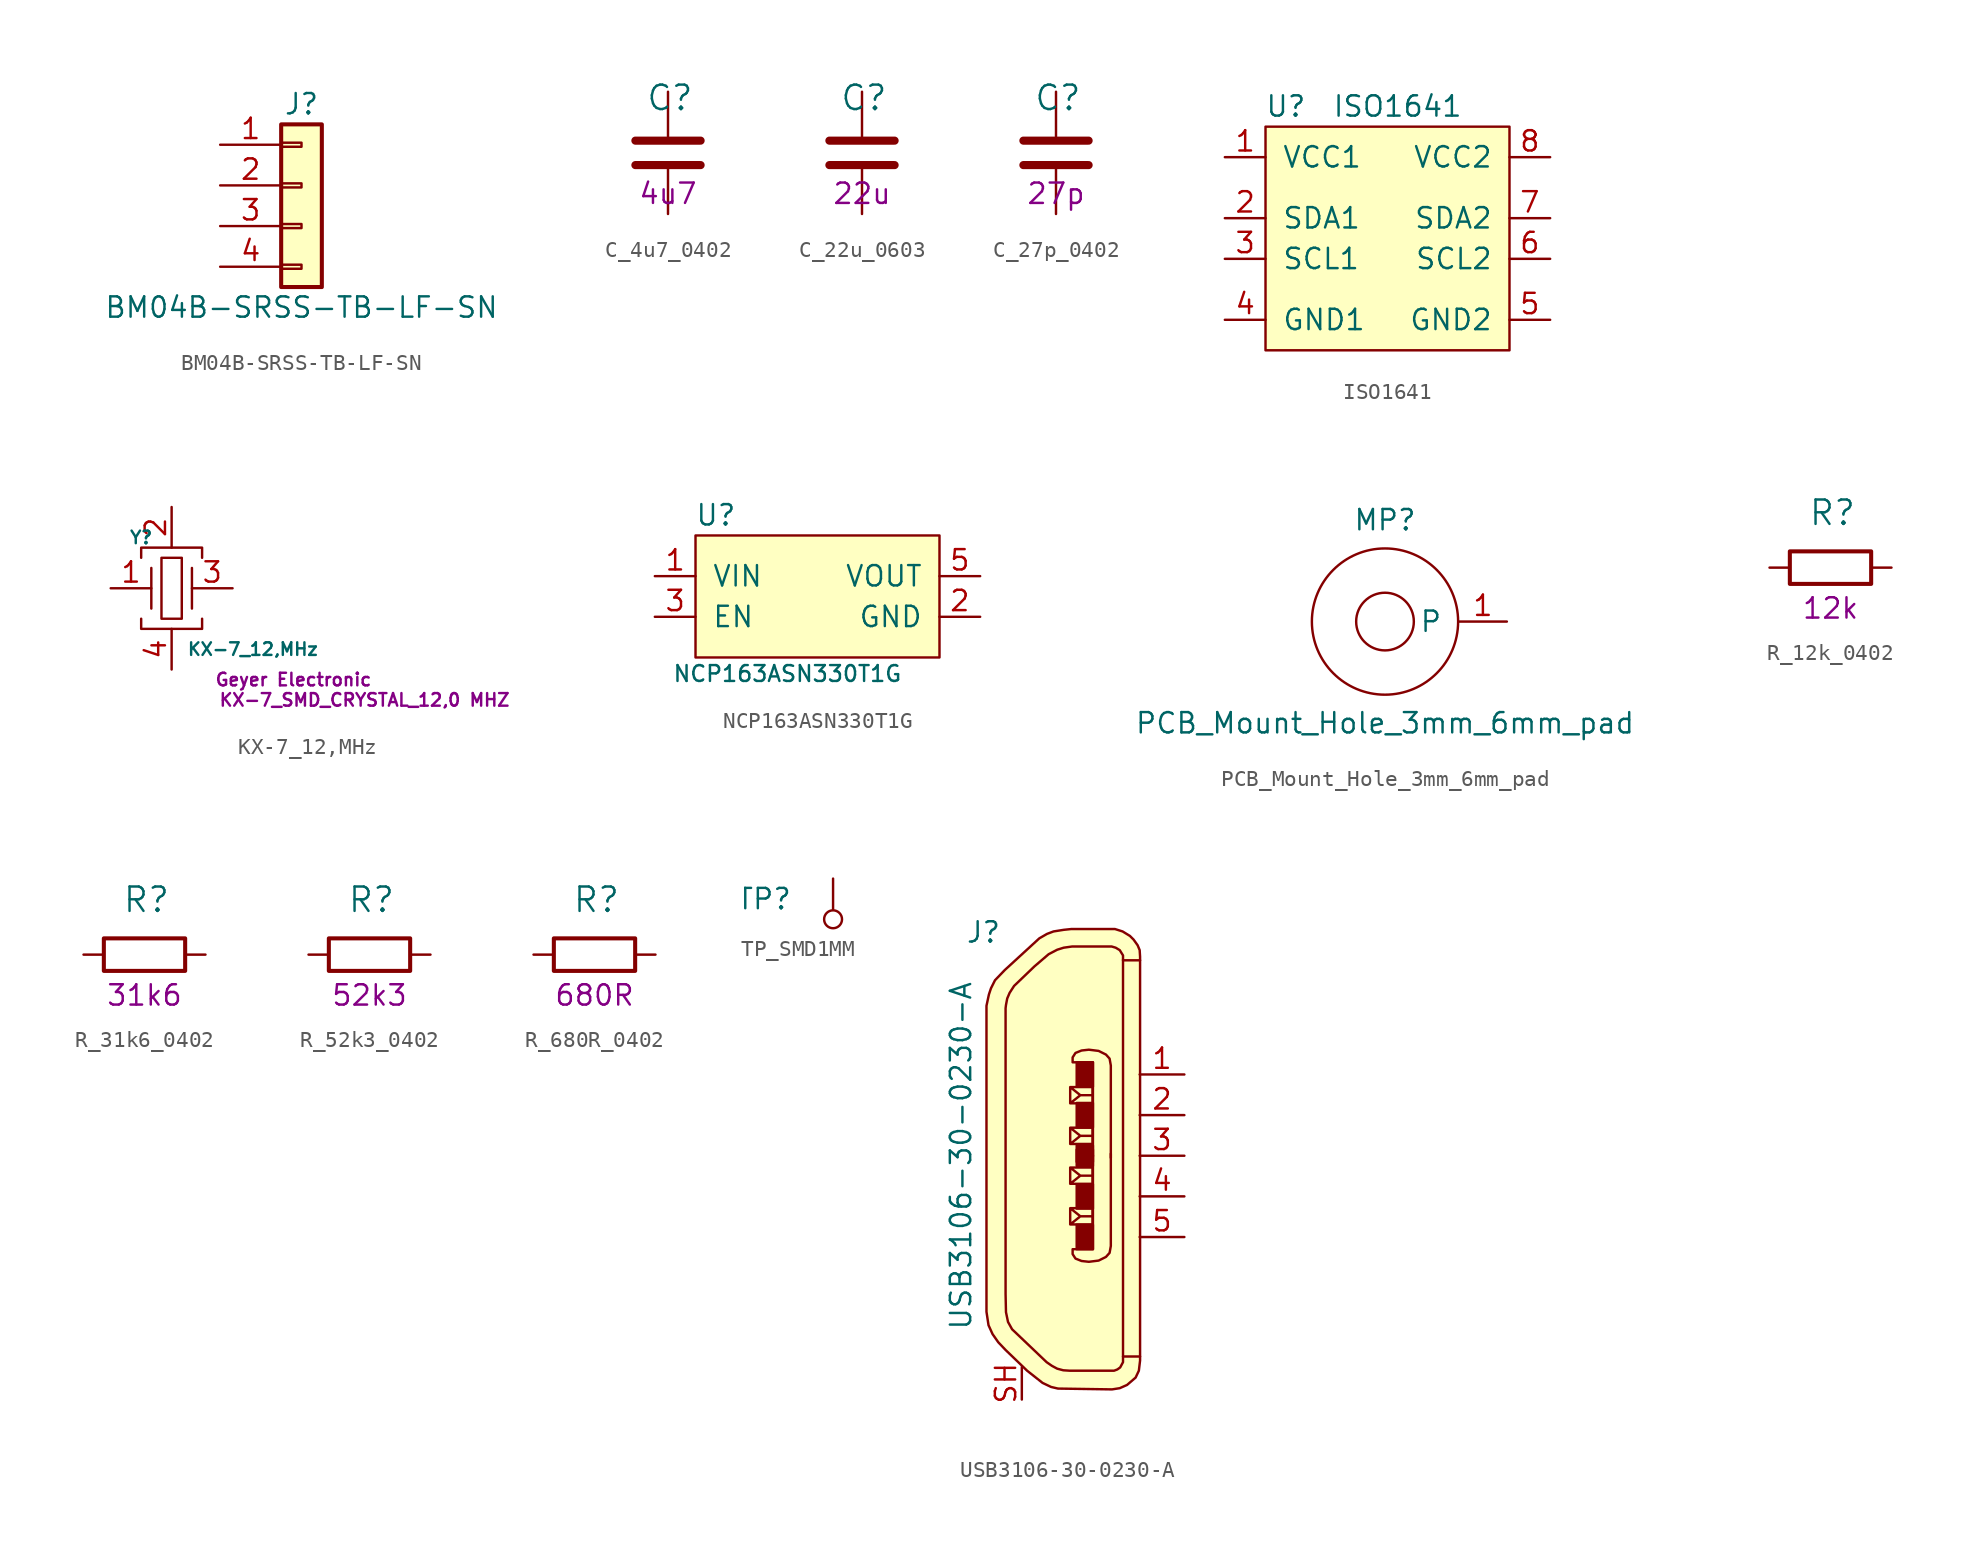
<source format=kicad_sym>
(kicad_symbol_lib
  (version 20211014)
  (generator kicad_symbol_editor)
  (symbol "BM04B-SRSS-TB-LF-SN"
    (pin_names
      (offset 1.016) hide)
    (property "Reference" "J"
      (at 0 8.89 0)
      (effects (font (size 1.27 1.27))))
    (property "Value" "BM04B-SRSS-TB-LF-SN"
      (at 0 -3.81 0)
      (effects (font (size 1.27 1.27))))
    (symbol "BM04B-SRSS-TB-LF-SN_1_1"
      (rectangle (start -1.27 -1.143) (end 0 -1.397) (stroke (width 0.152) (type default) (color 0 0 0 0)) (fill (type none)))
      (rectangle (start -1.27 1.397) (end 0 1.143) (stroke (width 0.152) (type default) (color 0 0 0 0)) (fill (type none)))
      (rectangle (start -1.27 3.937) (end 0 3.683) (stroke (width 0.152) (type default) (color 0 0 0 0)) (fill (type none)))
      (rectangle (start -1.27 6.477) (end 0 6.223) (stroke (width 0.152) (type default) (color 0 0 0 0)) (fill (type none)))
      (rectangle (start -1.27 7.62) (end 1.27 -2.54) (stroke (width 0.254) (type default) (color 0 0 0 0)) (fill (type background)))
      (pin passive line (at -5.08 6.35 0) (length 3.81) (name "Pin_1" (effects (font (size 1.27 1.27)))) (number "1" (effects (font (size 1.27 1.27)))))
      (pin passive line (at -5.08 3.81 0) (length 3.81) (name "Pin_2" (effects (font (size 1.27 1.27)))) (number "2" (effects (font (size 1.27 1.27)))))
      (pin passive line (at -5.08 1.27 0) (length 3.81) (name "Pin_3" (effects (font (size 1.27 1.27)))) (number "3" (effects (font (size 1.27 1.27)))))
      (pin passive line (at -5.08 -1.27 0) (length 3.81) (name "Pin_4" (effects (font (size 1.27 1.27)))) (number "4" (effects (font (size 1.27 1.27)))))))
  (symbol "C_4u7_0402"
    (pin_names
      (offset 0))
    (property "Reference" "C"
      (at -1.397 3.429 0)
      (effects (font (size 1.524 1.524)) (justify left)))
    (property "Val" "4u7"
      (at 0 -2.54 0)
      (effects (font (size 1.27 1.27))))
    (symbol "C_4u7_0402_1_1"
      (polyline (pts (xy -2.032 -0.762) (xy 2.032 -0.762)) (stroke (width 0.508) (type default) (color 0 0 0 0)) (fill (type none)))
      (polyline (pts (xy -2.032 0.762) (xy 2.032 0.762)) (stroke (width 0.508) (type default) (color 0 0 0 0)) (fill (type none)))
      (pin passive line (at 0 3.81 270) (length 2.794) (name "~" (effects (font (size 0 0)))) (number "1" (effects (font (size 0 0)))))
      (pin passive line (at 0 -3.81 90) (length 2.794) (name "~" (effects (font (size 0 0)))) (number "2" (effects (font (size 0 0)))))))
  (symbol "C_22u_0603"
    (pin_names
      (offset 0))
    (property "Reference" "C"
      (at -1.397 3.429 0)
      (effects (font (size 1.524 1.524)) (justify left)))
    (property "Val" "22u"
      (at 0 -2.54 0)
      (effects (font (size 1.27 1.27))))
    (symbol "C_22u_0603_1_1"
      (polyline (pts (xy -2.032 -0.762) (xy 2.032 -0.762)) (stroke (width 0.508) (type default) (color 0 0 0 0)) (fill (type none)))
      (polyline (pts (xy -2.032 0.762) (xy 2.032 0.762)) (stroke (width 0.508) (type default) (color 0 0 0 0)) (fill (type none)))
      (pin passive line (at 0 3.81 270) (length 2.794) (name "~" (effects (font (size 0 0)))) (number "1" (effects (font (size 0 0)))))
      (pin passive line (at 0 -3.81 90) (length 2.794) (name "~" (effects (font (size 0 0)))) (number "2" (effects (font (size 0 0)))))))
  (symbol "C_27p_0402"
    (pin_names
      (offset 0))
    (property "Reference" "C"
      (at -1.397 3.429 0)
      (effects (font (size 1.524 1.524)) (justify left)))
    (property "Val" "27p"
      (at 0 -2.54 0)
      (effects (font (size 1.27 1.27))))
    (symbol "C_27p_0402_1_1"
      (polyline (pts (xy -2.032 -0.762) (xy 2.032 -0.762)) (stroke (width 0.508) (type default) (color 0 0 0 0)) (fill (type none)))
      (polyline (pts (xy -2.032 0.762) (xy 2.032 0.762)) (stroke (width 0.508) (type default) (color 0 0 0 0)) (fill (type none)))
      (pin passive line (at 0 3.81 270) (length 2.794) (name "~" (effects (font (size 0 0)))) (number "1" (effects (font (size 0 0)))))
      (pin passive line (at 0 -3.81 90) (length 2.794) (name "~" (effects (font (size 0 0)))) (number "2" (effects (font (size 0 0)))))))
  (symbol "ISO1641"
    (pin_names
      (offset 1.016))
    (property "Reference" "U"
      (at -6.35 8.255 0)
      (effects (font (size 1.27 1.27))))
    (property "Value" "ISO1641"
      (at 0.635 8.255 0)
      (effects (font (size 1.27 1.27))))
    (symbol "ISO1641_0_1"
      (rectangle (start -7.62 6.985) (end 7.62 -6.985) (stroke (width 0) (type default) (color 0 0 0 0)) (fill (type background))))
    (symbol "ISO1641_1_1"
      (pin power_in line (at -10.16 5.08 0) (length 2.54) (name "VCC1" (effects (font (size 1.27 1.27)))) (number "1" (effects (font (size 1.27 1.27)))))
      (pin bidirectional line (at -10.16 1.27 0) (length 2.54) (name "SDA1" (effects (font (size 1.27 1.27)))) (number "2" (effects (font (size 1.27 1.27)))))
      (pin bidirectional line (at -10.16 -1.27 0) (length 2.54) (name "SCL1" (effects (font (size 1.27 1.27)))) (number "3" (effects (font (size 1.27 1.27)))))
      (pin power_in line (at -10.16 -5.08 0) (length 2.54) (name "GND1" (effects (font (size 1.27 1.27)))) (number "4" (effects (font (size 1.27 1.27)))))
      (pin power_in line (at 10.16 -5.08 180) (length 2.54) (name "GND2" (effects (font (size 1.27 1.27)))) (number "5" (effects (font (size 1.27 1.27)))))
      (pin bidirectional line (at 10.16 -1.27 180) (length 2.54) (name "SCL2" (effects (font (size 1.27 1.27)))) (number "6" (effects (font (size 1.27 1.27)))))
      (pin bidirectional line (at 10.16 1.27 180) (length 2.54) (name "SDA2" (effects (font (size 1.27 1.27)))) (number "7" (effects (font (size 1.27 1.27)))))
      (pin power_in line (at 10.16 5.08 180) (length 2.54) (name "VCC2" (effects (font (size 1.27 1.27)))) (number "8" (effects (font (size 1.27 1.27)))))))
  (symbol "KX-7_12,MHz"
    (pin_names
      (offset 1.016))
    (property "Reference" "Y"
      (at -1.905 3.175 0)
      (effects (font (size 0.787 0.787))))
    (property "Value" "KX-7_12,MHz"
      (at 5.08 -3.81 0)
      (effects (font (size 0.787 0.787))))
    (property "MPN" "KX-7_SMD_CRYSTAL_12,0 MHZ"
      (at 12.065 -6.985 0)
      (effects (font (size 0.787 0.787))))
    (property "Manufacturer" "Geyer Electronic"
      (at 7.62 -5.715 0)
      (effects (font (size 0.787 0.787))))
    (symbol "KX-7_12,MHz_0_1"
      (rectangle (start -0.635 1.905) (end 0.635 -1.905) (stroke (width 0) (type default) (color 0 0 0 0)) (fill (type none)))
      (polyline (pts (xy -1.27 1.27) (xy -1.27 -1.27)) (stroke (width 0) (type default) (color 0 0 0 0)) (fill (type none)))
      (polyline (pts (xy 1.27 1.27) (xy 1.27 -1.27)) (stroke (width 0) (type default) (color 0 0 0 0)) (fill (type none)))
      (polyline (pts (xy -1.905 -1.905) (xy -1.905 -2.54) (xy 1.905 -2.54) (xy 1.905 -1.905)) (stroke (width 0) (type default) (color 0 0 0 0)) (fill (type none)))
      (polyline (pts (xy -1.905 1.905) (xy -1.905 2.54) (xy 1.905 2.54) (xy 1.905 1.905)) (stroke (width 0) (type default) (color 0 0 0 0)) (fill (type none))))
    (symbol "KX-7_12,MHz_1_1"
      (pin output line (at -3.81 0 0) (length 2.54) (name "~" (effects (font (size 1.27 1.27)))) (number "1" (effects (font (size 1.27 1.27)))))
      (pin power_in line (at 0 5.08 270) (length 2.54) (name "~" (effects (font (size 1.27 1.27)))) (number "2" (effects (font (size 1.27 1.27)))))
      (pin output line (at 3.81 0 180) (length 2.54) (name "~" (effects (font (size 1.27 1.27)))) (number "3" (effects (font (size 1.27 1.27)))))
      (pin power_in line (at 0 -5.08 90) (length 2.54) (name "~" (effects (font (size 1.27 1.27)))) (number "4" (effects (font (size 1.27 1.27)))))))
  (symbol "NCP163ASN330T1G"
    (pin_names
      (offset 1.016))
    (property "Reference" "U"
      (at -6.35 5.08 0)
      (effects (font (size 1.27 1.27))))
    (property "Value" "NCP163ASN330T1G"
      (at -1.88 -4.826 0)
      (effects (font (size 0.991 0.991))))
    (symbol "NCP163ASN330T1G_0_1"
      (rectangle (start -7.62 3.81) (end 7.62 -3.81) (stroke (width 0) (type default) (color 0 0 0 0)) (fill (type background))))
    (symbol "NCP163ASN330T1G_1_1"
      (pin passive line (at -10.16 1.27 0) (length 2.54) (name "VIN" (effects (font (size 1.27 1.27)))) (number "1" (effects (font (size 1.27 1.27)))))
      (pin passive line (at 10.16 -1.27 180) (length 2.54) (name "GND" (effects (font (size 1.27 1.27)))) (number "2" (effects (font (size 1.27 1.27)))))
      (pin passive line (at -10.16 -1.27 0) (length 2.54) (name "EN" (effects (font (size 1.27 1.27)))) (number "3" (effects (font (size 1.27 1.27)))))
      (pin passive line (at 10.16 1.27 180) (length 2.54) (name "VOUT" (effects (font (size 1.27 1.27)))) (number "5" (effects (font (size 1.27 1.27)))))))
  (symbol "PCB_Mount_Hole_3mm_6mm_pad"
    (pin_names
      (offset 1.016))
    (property "Reference" "MP"
      (at 0 6.35 0)
      (effects (font (size 1.27 1.27))))
    (property "Value" "PCB_Mount_Hole_3mm_6mm_pad"
      (at 0 -6.35 0)
      (effects (font (size 1.27 1.27))))
    (symbol "PCB_Mount_Hole_3mm_6mm_pad_0_1"
      (circle (center 0 0) (radius 1.803) (stroke (width 0) (type default) (color 0 0 0 0)) (fill (type none)))
      (circle (center 0 0) (radius 4.572) (stroke (width 0) (type default) (color 0 0 0 0)) (fill (type none))))
    (symbol "PCB_Mount_Hole_3mm_6mm_pad_1_1"
      (pin input line (at 7.62 0 180) (length 2.997) (name "P" (effects (font (size 1.27 1.27)))) (number "1" (effects (font (size 1.27 1.27)))))))
  (symbol "R_12k_0402"
    (pin_names
      (offset 0))
    (property "Reference" "R"
      (at -1.397 3.429 0)
      (effects (font (size 1.524 1.524)) (justify left)))
    (property "Val" "12k"
      (at 0 -2.54 0)
      (effects (font (size 1.27 1.27))))
    (symbol "R_12k_0402_1_1"
      (rectangle (start 2.54 -1.016) (end -2.54 1.016) (stroke (width 0.254) (type default) (color 0 0 0 0)) (fill (type none)))
      (pin passive line (at -3.81 0 0) (length 1.27) (name "~" (effects (font (size 0 0)))) (number "1" (effects (font (size 0 0)))))
      (pin passive line (at 3.81 0 180) (length 1.27) (name "~" (effects (font (size 0 0)))) (number "2" (effects (font (size 0 0)))))))
  (symbol "R_31k6_0402"
    (pin_names
      (offset 0))
    (property "Reference" "R"
      (at -1.397 3.429 0)
      (effects (font (size 1.524 1.524)) (justify left)))
    (property "Val" "31k6"
      (at 0 -2.54 0)
      (effects (font (size 1.27 1.27))))
    (symbol "R_31k6_0402_1_1"
      (rectangle (start 2.54 -1.016) (end -2.54 1.016) (stroke (width 0.254) (type default) (color 0 0 0 0)) (fill (type none)))
      (pin passive line (at -3.81 0 0) (length 1.27) (name "~" (effects (font (size 0 0)))) (number "1" (effects (font (size 0 0)))))
      (pin passive line (at 3.81 0 180) (length 1.27) (name "~" (effects (font (size 0 0)))) (number "2" (effects (font (size 0 0)))))))
  (symbol "R_52k3_0402"
    (pin_names
      (offset 0))
    (property "Reference" "R"
      (at -1.397 3.429 0)
      (effects (font (size 1.524 1.524)) (justify left)))
    (property "Val" "52k3"
      (at 0 -2.54 0)
      (effects (font (size 1.27 1.27))))
    (symbol "R_52k3_0402_1_1"
      (rectangle (start 2.54 -1.016) (end -2.54 1.016) (stroke (width 0.254) (type default) (color 0 0 0 0)) (fill (type none)))
      (pin passive line (at -3.81 0 0) (length 1.27) (name "~" (effects (font (size 0 0)))) (number "1" (effects (font (size 0 0)))))
      (pin passive line (at 3.81 0 180) (length 1.27) (name "~" (effects (font (size 0 0)))) (number "2" (effects (font (size 0 0)))))))
  (symbol "R_680R_0402"
    (pin_names
      (offset 0))
    (property "Reference" "R"
      (at -1.397 3.429 0)
      (effects (font (size 1.524 1.524)) (justify left)))
    (property "Val" "680R"
      (at 0 -2.54 0)
      (effects (font (size 1.27 1.27))))
    (symbol "R_680R_0402_1_1"
      (rectangle (start 2.54 -1.016) (end -2.54 1.016) (stroke (width 0.254) (type default) (color 0 0 0 0)) (fill (type none)))
      (pin passive line (at -3.81 0 0) (length 1.27) (name "~" (effects (font (size 0 0)))) (number "1" (effects (font (size 0 0)))))
      (pin passive line (at 3.81 0 180) (length 1.27) (name "~" (effects (font (size 0 0)))) (number "2" (effects (font (size 0 0)))))))
  (symbol "TP_SMD1MM"
    (pin_numbers hide)
    (pin_names
      (offset 0))
    (property "Reference" "TP"
      (at -2.54 1.27 0)
      (effects (font (size 1.27 1.27)) (justify right)))
    (symbol "TP_SMD1MM_0_1"
      (circle (center 0 0) (radius 0.559) (stroke (width 0) (type default) (color 0 0 0 0)) (fill (type none))))
    (symbol "TP_SMD1MM_1_1"
      (pin passive line (at 0 2.54 270) (length 1.905) (name "~" (effects (font (size 1.27 1.27)))) (number "1" (effects (font (size 1.27 1.27)))))))
  (symbol "USB3106-30-0230-A"
    (pin_names
      (offset 1.016))
    (property "Reference" "J"
      (at -3.81 13.97 0)
      (effects (font (size 1.27 1.27)) (justify right)))
    (property "Value" "USB3106-30-0230-A"
      (at -6.35 0 90)
      (effects (font (size 1.27 1.27))))
    (symbol "USB3106-30-0230-A_1_1"
      (polyline (pts (xy 3.785 12.243) (xy 3.785 -12.548)) (stroke (width 0) (type default) (color 0 0 0 0)) (fill (type none)))
      (polyline (pts (xy 0.483 -4.293) (xy 0.483 -3.277) (xy 1.88 -3.277) (xy 1.88 -4.293) (xy 0.483 -4.293) (xy 1.118 -3.785) (xy 0.483 -3.277) (xy 1.88 -3.277) (xy 1.88 -3.785) (xy 1.118 -3.785)) (stroke (width 0) (type default) (color 0 0 0 0)) (fill (type none)))
      (polyline (pts (xy 0.483 -1.753) (xy 0.483 -0.737) (xy 1.88 -0.737) (xy 1.88 -1.753) (xy 0.483 -1.753) (xy 1.118 -1.245) (xy 0.483 -0.737) (xy 1.88 -0.737) (xy 1.88 -1.245) (xy 1.118 -1.245)) (stroke (width 0) (type default) (color 0 0 0 0)) (fill (type none)))
      (polyline (pts (xy 0.483 1.753) (xy 0.483 0.737) (xy 1.88 0.737) (xy 1.88 1.753) (xy 0.483 1.753) (xy 1.118 1.245) (xy 0.483 0.737) (xy 1.88 0.737) (xy 1.88 1.245) (xy 1.118 1.245)) (stroke (width 0) (type default) (color 0 0 0 0)) (fill (type none)))
      (polyline (pts (xy 0.483 4.293) (xy 0.483 3.277) (xy 1.88 3.277) (xy 1.88 4.293) (xy 0.483 4.293) (xy 1.118 3.785) (xy 0.483 3.277) (xy 1.88 3.277) (xy 1.88 3.785) (xy 1.118 3.785)) (stroke (width 0) (type default) (color 0 0 0 0)) (fill (type none)))
      (polyline (pts (xy 1.905 -0.025) (xy 1.905 5.842) (xy 0.635 5.842) (xy 0.635 6.147) (xy 0.813 6.426) (xy 1.194 6.579) (xy 1.651 6.629) (xy 2.261 6.553) (xy 2.718 6.325) (xy 2.946 6.071) (xy 3.023 5.639) (xy 3.023 4.801) (xy 3.023 -0.127)) (stroke (width 0) (type default) (color 0 0 0 0)) (fill (type none)))
      (polyline (pts (xy 1.905 0.025) (xy 1.905 -5.842) (xy 0.635 -5.842) (xy 0.635 -6.147) (xy 0.813 -6.426) (xy 1.194 -6.579) (xy 1.651 -6.629) (xy 2.261 -6.553) (xy 2.718 -6.325) (xy 2.946 -6.071) (xy 3.023 -5.639) (xy 3.023 -4.801) (xy 3.023 0.127)) (stroke (width 0) (type default) (color 0 0 0 0)) (fill (type none)))
      (polyline (pts (xy 4.851 -12.548) (xy 3.835 -12.548) (xy 3.785 -12.548) (xy 3.785 -12.903) (xy 3.607 -13.233) (xy 3.429 -13.36) (xy 3.226 -13.437) (xy 0.457 -13.437) (xy 0.051 -13.411) (xy -0.33 -13.31) (xy -0.66 -13.132) (xy -0.991 -12.903) (xy -3.15 -10.846) (xy -3.404 -10.389) (xy -3.531 -9.779) (xy -3.556 -8.636) (xy -3.556 9.22) (xy -3.531 9.423) (xy -3.454 9.83) (xy -3.302 10.185) (xy -3.023 10.617) (xy -1.753 11.836) (xy -0.864 12.598) (xy -0.33 12.878) (xy 0.076 13.005) (xy 0.61 13.081) (xy 3.073 13.081) (xy 3.327 13.005) (xy 3.581 12.852) (xy 3.785 12.522) (xy 3.785 12.217) (xy 4.851 12.217)) (stroke (width 0) (type default) (color 0 0 0 0)) (fill (type none)))
      (polyline (pts (xy 4.851 -11.481) (xy 4.851 -12.802) (xy 4.775 -13.437) (xy 4.572 -13.868) (xy 4.039 -14.326) (xy 3.581 -14.529) (xy 3.099 -14.605) (xy -0.279 -14.554) (xy -0.711 -14.453) (xy -1.245 -14.199) (xy -2.21 -13.437) (xy -3.556 -12.141) (xy -4.013 -11.659) (xy -4.369 -11.151) (xy -4.623 -10.592) (xy -4.75 -9.754) (xy -4.75 9.373) (xy -4.597 10.084) (xy -4.47 10.465) (xy -4.216 10.973) (xy -3.607 11.608) (xy -1.448 13.589) (xy -0.965 13.868) (xy -0.559 14.021) (xy 0.076 14.122) (xy 0.559 14.173) (xy 3.277 14.173) (xy 3.759 14.021) (xy 4.216 13.741) (xy 4.445 13.513) (xy 4.699 13.157) (xy 4.826 12.852) (xy 4.851 12.446) (xy 4.851 -11.506)) (stroke (width 0) (type default) (color 0 0 0 0)) (fill (type background)))
      (rectangle (start 0.889 -4.318) (end 1.905 -5.842) (stroke (width 0) (type default) (color 0 0 0 0)) (fill (type outline)))
      (rectangle (start 0.889 -3.302) (end 1.905 -1.778) (stroke (width 0) (type default) (color 0 0 0 0)) (fill (type outline)))
      (rectangle (start 0.889 -0.635) (end 1.905 0.381) (stroke (width 0) (type default) (color 0 0 0 0)) (fill (type outline)))
      (rectangle (start 0.889 0.635) (end 1.905 -0.381) (stroke (width 0) (type default) (color 0 0 0 0)) (fill (type outline)))
      (rectangle (start 0.889 3.302) (end 1.905 1.778) (stroke (width 0) (type default) (color 0 0 0 0)) (fill (type outline)))
      (rectangle (start 0.889 4.318) (end 1.905 5.842) (stroke (width 0) (type default) (color 0 0 0 0)) (fill (type outline)))
      (pin passive line (at 7.62 5.08 180) (length 2.794) (name "~" (effects (font (size 1.27 1.27)))) (number "1" (effects (font (size 1.27 1.27)))))
      (pin passive line (at 7.62 2.54 180) (length 2.794) (name "~" (effects (font (size 1.27 1.27)))) (number "2" (effects (font (size 1.27 1.27)))))
      (pin passive line (at 7.62 0 180) (length 2.794) (name "~" (effects (font (size 1.27 1.27)))) (number "3" (effects (font (size 1.27 1.27)))))
      (pin passive line (at 7.62 -2.54 180) (length 2.794) (name "~" (effects (font (size 1.27 1.27)))) (number "4" (effects (font (size 1.27 1.27)))))
      (pin passive line (at 7.62 -5.08 180) (length 2.794) (name "~" (effects (font (size 1.27 1.27)))) (number "5" (effects (font (size 1.27 1.27)))))
      (pin passive line (at -2.54 -15.24 90) (length 2.032) (name "~" (effects (font (size 1.27 1.27)))) (number "SH" (effects (font (size 1.27 1.27))))))))
</source>
